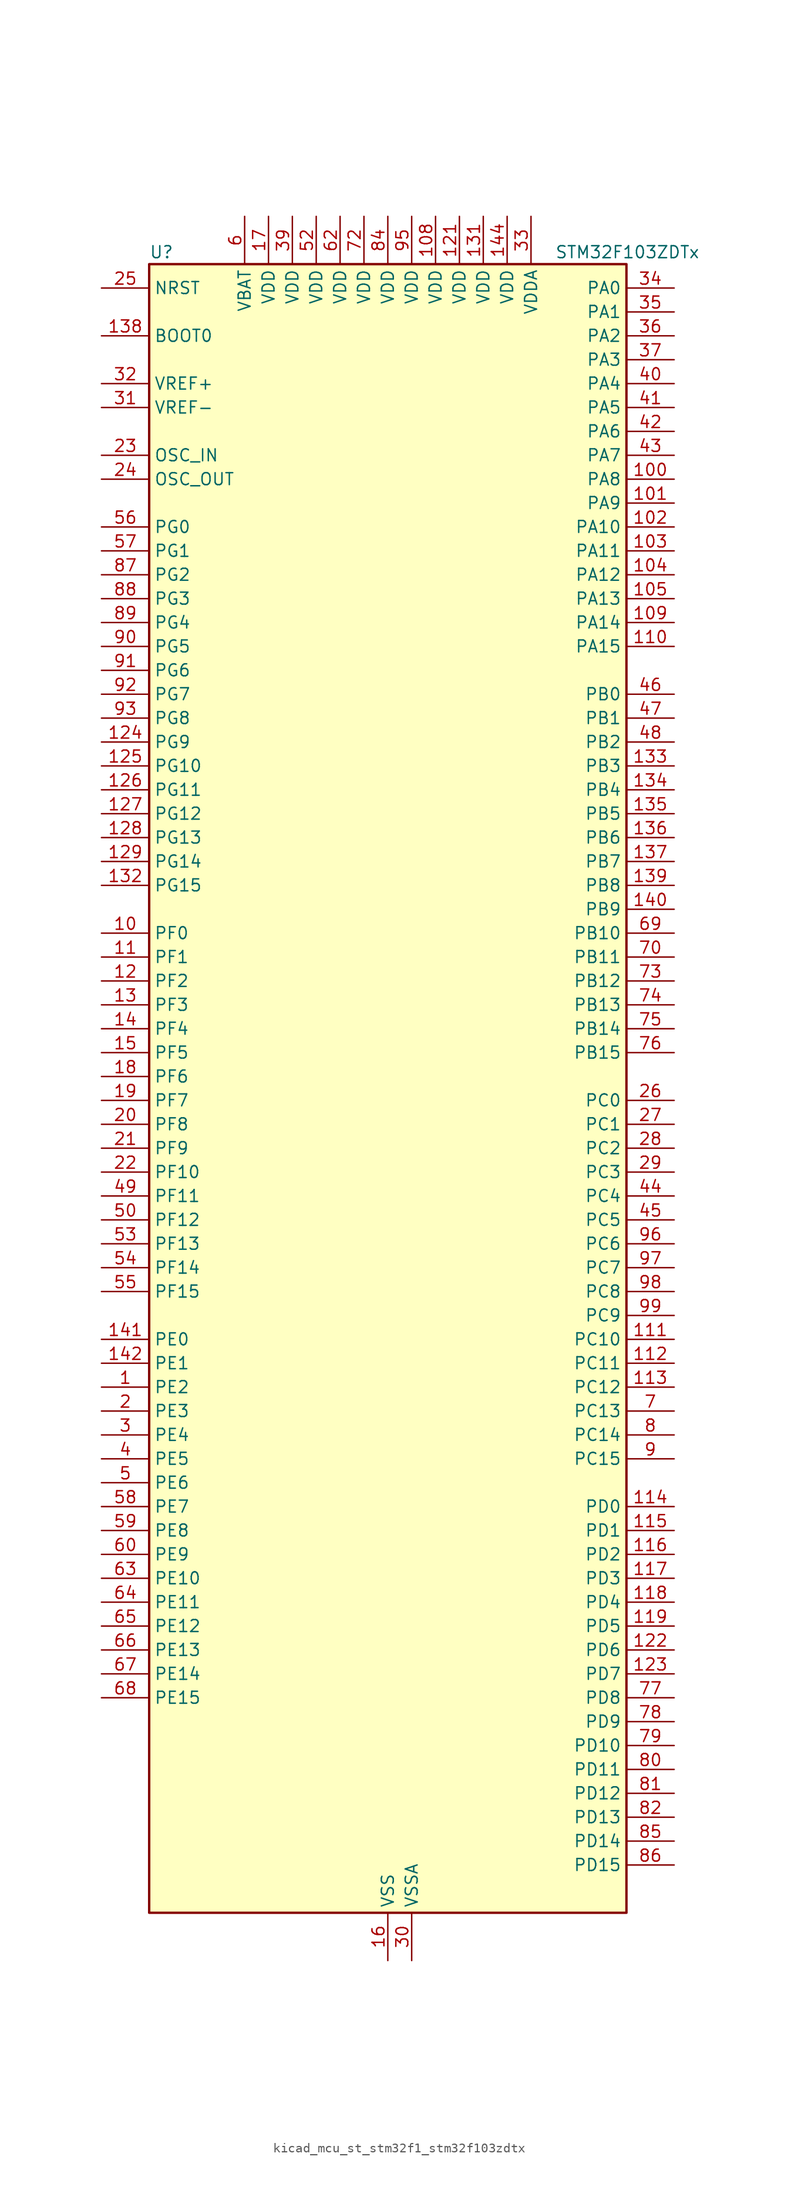
<source format=kicad_sym>
(kicad_symbol_lib
  (version 20220914)
  (generator kicad_symbol_editor)
  (symbol "kicad_mcu_st_stm32f1_stm32f103zdtx"
    (property "Reference" "U"
      (at -25.4 90.17 0)
      (effects (font (size 1.27 1.27)) (justify left)))
    (property "Value" "STM32F103ZDTx"
      (at 17.78 90.17 0)
      (effects (font (size 1.27 1.27)) (justify left)))
    (property "ki_locked" ""
      (at 0 0 0)
      (effects (font (size 1.27 1.27))))
    (symbol "kicad_mcu_st_stm32f1_stm32f103zdtx_0_1"
      (rectangle (start -25.4 -86.36) (end 25.4 88.9) (stroke (width 0.254) (type default)) (fill (type background))))
    (symbol "kicad_mcu_st_stm32f1_stm32f103zdtx_1_1"
      (pin bidirectional line (at -30.48 -30.48 0) (length 5.08) (name "PE2" (effects (font (size 1.27 1.27)))) (number "1" (effects (font (size 1.27 1.27)))) (alternate "FSMC_A23" bidirectional line) (alternate "SYS_TRACECLK" bidirectional line))
      (pin bidirectional line (at -30.48 17.78 0) (length 5.08) (name "PF0" (effects (font (size 1.27 1.27)))) (number "10" (effects (font (size 1.27 1.27)))) (alternate "FSMC_A0" bidirectional line))
      (pin bidirectional line (at 30.48 66.04 180) (length 5.08) (name "PA8" (effects (font (size 1.27 1.27)))) (number "100" (effects (font (size 1.27 1.27)))) (alternate "RCC_MCO" bidirectional line) (alternate "TIM1_CH1" bidirectional line) (alternate "USART1_CK" bidirectional line))
      (pin bidirectional line (at 30.48 63.5 180) (length 5.08) (name "PA9" (effects (font (size 1.27 1.27)))) (number "101" (effects (font (size 1.27 1.27)))) (alternate "DAC_EXTI9" bidirectional line) (alternate "TIM1_CH2" bidirectional line) (alternate "USART1_TX" bidirectional line))
      (pin bidirectional line (at 30.48 60.96 180) (length 5.08) (name "PA10" (effects (font (size 1.27 1.27)))) (number "102" (effects (font (size 1.27 1.27)))) (alternate "TIM1_CH3" bidirectional line) (alternate "USART1_RX" bidirectional line))
      (pin bidirectional line (at 30.48 58.42 180) (length 5.08) (name "PA11" (effects (font (size 1.27 1.27)))) (number "103" (effects (font (size 1.27 1.27)))) (alternate "ADC1_EXTI11" bidirectional line) (alternate "ADC2_EXTI11" bidirectional line) (alternate "CAN_RX" bidirectional line) (alternate "TIM1_CH4" bidirectional line) (alternate "USART1_CTS" bidirectional line) (alternate "USB_DM" bidirectional line))
      (pin bidirectional line (at 30.48 55.88 180) (length 5.08) (name "PA12" (effects (font (size 1.27 1.27)))) (number "104" (effects (font (size 1.27 1.27)))) (alternate "CAN_TX" bidirectional line) (alternate "TIM1_ETR" bidirectional line) (alternate "USART1_RTS" bidirectional line) (alternate "USB_DP" bidirectional line))
      (pin bidirectional line (at 30.48 53.34 180) (length 5.08) (name "PA13" (effects (font (size 1.27 1.27)))) (number "105" (effects (font (size 1.27 1.27)))) (alternate "SYS_JTMS-SWDIO" bidirectional line))
      (pin no_connect line (at -25.4 -86.36 0) (length 5.08) hide (name "NC" (effects (font (size 1.27 1.27)))) (number "106" (effects (font (size 1.27 1.27)))))
      (pin passive line (at 0 -91.44 90) (length 5.08) hide (name "VSS" (effects (font (size 1.27 1.27)))) (number "107" (effects (font (size 1.27 1.27)))))
      (pin power_in line (at 5.08 93.98 270) (length 5.08) (name "VDD" (effects (font (size 1.27 1.27)))) (number "108" (effects (font (size 1.27 1.27)))))
      (pin bidirectional line (at 30.48 50.8 180) (length 5.08) (name "PA14" (effects (font (size 1.27 1.27)))) (number "109" (effects (font (size 1.27 1.27)))) (alternate "SYS_JTCK-SWCLK" bidirectional line))
      (pin bidirectional line (at -30.48 15.24 0) (length 5.08) (name "PF1" (effects (font (size 1.27 1.27)))) (number "11" (effects (font (size 1.27 1.27)))) (alternate "FSMC_A1" bidirectional line))
      (pin bidirectional line (at 30.48 48.26 180) (length 5.08) (name "PA15" (effects (font (size 1.27 1.27)))) (number "110" (effects (font (size 1.27 1.27)))) (alternate "ADC1_EXTI15" bidirectional line) (alternate "ADC2_EXTI15" bidirectional line) (alternate "I2S3_WS" bidirectional line) (alternate "SPI1_NSS" bidirectional line) (alternate "SPI3_NSS" bidirectional line) (alternate "SYS_JTDI" bidirectional line) (alternate "TIM2_CH1" bidirectional line) (alternate "TIM2_ETR" bidirectional line))
      (pin bidirectional line (at 30.48 -25.4 180) (length 5.08) (name "PC10" (effects (font (size 1.27 1.27)))) (number "111" (effects (font (size 1.27 1.27)))) (alternate "SDIO_D2" bidirectional line) (alternate "UART4_TX" bidirectional line) (alternate "USART3_TX" bidirectional line))
      (pin bidirectional line (at 30.48 -27.94 180) (length 5.08) (name "PC11" (effects (font (size 1.27 1.27)))) (number "112" (effects (font (size 1.27 1.27)))) (alternate "ADC1_EXTI11" bidirectional line) (alternate "ADC2_EXTI11" bidirectional line) (alternate "SDIO_D3" bidirectional line) (alternate "UART4_RX" bidirectional line) (alternate "USART3_RX" bidirectional line))
      (pin bidirectional line (at 30.48 -30.48 180) (length 5.08) (name "PC12" (effects (font (size 1.27 1.27)))) (number "113" (effects (font (size 1.27 1.27)))) (alternate "SDIO_CK" bidirectional line) (alternate "UART5_TX" bidirectional line) (alternate "USART3_CK" bidirectional line))
      (pin bidirectional line (at 30.48 -43.18 180) (length 5.08) (name "PD0" (effects (font (size 1.27 1.27)))) (number "114" (effects (font (size 1.27 1.27)))) (alternate "CAN_RX" bidirectional line) (alternate "FSMC_D2" bidirectional line) (alternate "FSMC_DA2" bidirectional line))
      (pin bidirectional line (at 30.48 -45.72 180) (length 5.08) (name "PD1" (effects (font (size 1.27 1.27)))) (number "115" (effects (font (size 1.27 1.27)))) (alternate "CAN_TX" bidirectional line) (alternate "FSMC_D3" bidirectional line) (alternate "FSMC_DA3" bidirectional line))
      (pin bidirectional line (at 30.48 -48.26 180) (length 5.08) (name "PD2" (effects (font (size 1.27 1.27)))) (number "116" (effects (font (size 1.27 1.27)))) (alternate "SDIO_CMD" bidirectional line) (alternate "TIM3_ETR" bidirectional line) (alternate "UART5_RX" bidirectional line))
      (pin bidirectional line (at 30.48 -50.8 180) (length 5.08) (name "PD3" (effects (font (size 1.27 1.27)))) (number "117" (effects (font (size 1.27 1.27)))) (alternate "FSMC_CLK" bidirectional line) (alternate "USART2_CTS" bidirectional line))
      (pin bidirectional line (at 30.48 -53.34 180) (length 5.08) (name "PD4" (effects (font (size 1.27 1.27)))) (number "118" (effects (font (size 1.27 1.27)))) (alternate "FSMC_NOE" bidirectional line) (alternate "USART2_RTS" bidirectional line))
      (pin bidirectional line (at 30.48 -55.88 180) (length 5.08) (name "PD5" (effects (font (size 1.27 1.27)))) (number "119" (effects (font (size 1.27 1.27)))) (alternate "FSMC_NWE" bidirectional line) (alternate "USART2_TX" bidirectional line))
      (pin bidirectional line (at -30.48 12.7 0) (length 5.08) (name "PF2" (effects (font (size 1.27 1.27)))) (number "12" (effects (font (size 1.27 1.27)))) (alternate "FSMC_A2" bidirectional line))
      (pin passive line (at 0 -91.44 90) (length 5.08) hide (name "VSS" (effects (font (size 1.27 1.27)))) (number "120" (effects (font (size 1.27 1.27)))))
      (pin power_in line (at 7.62 93.98 270) (length 5.08) (name "VDD" (effects (font (size 1.27 1.27)))) (number "121" (effects (font (size 1.27 1.27)))))
      (pin bidirectional line (at 30.48 -58.42 180) (length 5.08) (name "PD6" (effects (font (size 1.27 1.27)))) (number "122" (effects (font (size 1.27 1.27)))) (alternate "FSMC_NWAIT" bidirectional line) (alternate "USART2_RX" bidirectional line))
      (pin bidirectional line (at 30.48 -60.96 180) (length 5.08) (name "PD7" (effects (font (size 1.27 1.27)))) (number "123" (effects (font (size 1.27 1.27)))) (alternate "FSMC_NCE2" bidirectional line) (alternate "FSMC_NE1" bidirectional line) (alternate "USART2_CK" bidirectional line))
      (pin bidirectional line (at -30.48 38.1 0) (length 5.08) (name "PG9" (effects (font (size 1.27 1.27)))) (number "124" (effects (font (size 1.27 1.27)))) (alternate "DAC_EXTI9" bidirectional line) (alternate "FSMC_NCE3" bidirectional line) (alternate "FSMC_NE2" bidirectional line))
      (pin bidirectional line (at -30.48 35.56 0) (length 5.08) (name "PG10" (effects (font (size 1.27 1.27)))) (number "125" (effects (font (size 1.27 1.27)))) (alternate "FSMC_NCE4_1" bidirectional line) (alternate "FSMC_NE3" bidirectional line))
      (pin bidirectional line (at -30.48 33.02 0) (length 5.08) (name "PG11" (effects (font (size 1.27 1.27)))) (number "126" (effects (font (size 1.27 1.27)))) (alternate "ADC1_EXTI11" bidirectional line) (alternate "ADC2_EXTI11" bidirectional line) (alternate "FSMC_NCE4_2" bidirectional line))
      (pin bidirectional line (at -30.48 30.48 0) (length 5.08) (name "PG12" (effects (font (size 1.27 1.27)))) (number "127" (effects (font (size 1.27 1.27)))) (alternate "FSMC_NE4" bidirectional line))
      (pin bidirectional line (at -30.48 27.94 0) (length 5.08) (name "PG13" (effects (font (size 1.27 1.27)))) (number "128" (effects (font (size 1.27 1.27)))) (alternate "FSMC_A24" bidirectional line))
      (pin bidirectional line (at -30.48 25.4 0) (length 5.08) (name "PG14" (effects (font (size 1.27 1.27)))) (number "129" (effects (font (size 1.27 1.27)))) (alternate "FSMC_A25" bidirectional line))
      (pin bidirectional line (at -30.48 10.16 0) (length 5.08) (name "PF3" (effects (font (size 1.27 1.27)))) (number "13" (effects (font (size 1.27 1.27)))) (alternate "FSMC_A3" bidirectional line))
      (pin passive line (at 0 -91.44 90) (length 5.08) hide (name "VSS" (effects (font (size 1.27 1.27)))) (number "130" (effects (font (size 1.27 1.27)))))
      (pin power_in line (at 10.16 93.98 270) (length 5.08) (name "VDD" (effects (font (size 1.27 1.27)))) (number "131" (effects (font (size 1.27 1.27)))))
      (pin bidirectional line (at -30.48 22.86 0) (length 5.08) (name "PG15" (effects (font (size 1.27 1.27)))) (number "132" (effects (font (size 1.27 1.27)))) (alternate "ADC1_EXTI15" bidirectional line) (alternate "ADC2_EXTI15" bidirectional line))
      (pin bidirectional line (at 30.48 35.56 180) (length 5.08) (name "PB3" (effects (font (size 1.27 1.27)))) (number "133" (effects (font (size 1.27 1.27)))) (alternate "I2S3_CK" bidirectional line) (alternate "SPI1_SCK" bidirectional line) (alternate "SPI3_SCK" bidirectional line) (alternate "SYS_JTDO-TRACESWO" bidirectional line) (alternate "TIM2_CH2" bidirectional line))
      (pin bidirectional line (at 30.48 33.02 180) (length 5.08) (name "PB4" (effects (font (size 1.27 1.27)))) (number "134" (effects (font (size 1.27 1.27)))) (alternate "SPI1_MISO" bidirectional line) (alternate "SPI3_MISO" bidirectional line) (alternate "SYS_NJTRST" bidirectional line) (alternate "TIM3_CH1" bidirectional line))
      (pin bidirectional line (at 30.48 30.48 180) (length 5.08) (name "PB5" (effects (font (size 1.27 1.27)))) (number "135" (effects (font (size 1.27 1.27)))) (alternate "I2C1_SMBA" bidirectional line) (alternate "I2S3_SD" bidirectional line) (alternate "SPI1_MOSI" bidirectional line) (alternate "SPI3_MOSI" bidirectional line) (alternate "TIM3_CH2" bidirectional line))
      (pin bidirectional line (at 30.48 27.94 180) (length 5.08) (name "PB6" (effects (font (size 1.27 1.27)))) (number "136" (effects (font (size 1.27 1.27)))) (alternate "I2C1_SCL" bidirectional line) (alternate "TIM4_CH1" bidirectional line) (alternate "USART1_TX" bidirectional line))
      (pin bidirectional line (at 30.48 25.4 180) (length 5.08) (name "PB7" (effects (font (size 1.27 1.27)))) (number "137" (effects (font (size 1.27 1.27)))) (alternate "FSMC_NL" bidirectional line) (alternate "I2C1_SDA" bidirectional line) (alternate "TIM4_CH2" bidirectional line) (alternate "USART1_RX" bidirectional line))
      (pin input line (at -30.48 81.28 0) (length 5.08) (name "BOOT0" (effects (font (size 1.27 1.27)))) (number "138" (effects (font (size 1.27 1.27)))))
      (pin bidirectional line (at 30.48 22.86 180) (length 5.08) (name "PB8" (effects (font (size 1.27 1.27)))) (number "139" (effects (font (size 1.27 1.27)))) (alternate "CAN_RX" bidirectional line) (alternate "I2C1_SCL" bidirectional line) (alternate "SDIO_D4" bidirectional line) (alternate "TIM4_CH3" bidirectional line))
      (pin bidirectional line (at -30.48 7.62 0) (length 5.08) (name "PF4" (effects (font (size 1.27 1.27)))) (number "14" (effects (font (size 1.27 1.27)))) (alternate "FSMC_A4" bidirectional line))
      (pin bidirectional line (at 30.48 20.32 180) (length 5.08) (name "PB9" (effects (font (size 1.27 1.27)))) (number "140" (effects (font (size 1.27 1.27)))) (alternate "CAN_TX" bidirectional line) (alternate "DAC_EXTI9" bidirectional line) (alternate "I2C1_SDA" bidirectional line) (alternate "SDIO_D5" bidirectional line) (alternate "TIM4_CH4" bidirectional line))
      (pin bidirectional line (at -30.48 -25.4 0) (length 5.08) (name "PE0" (effects (font (size 1.27 1.27)))) (number "141" (effects (font (size 1.27 1.27)))) (alternate "FSMC_NBL0" bidirectional line) (alternate "TIM4_ETR" bidirectional line))
      (pin bidirectional line (at -30.48 -27.94 0) (length 5.08) (name "PE1" (effects (font (size 1.27 1.27)))) (number "142" (effects (font (size 1.27 1.27)))) (alternate "FSMC_NBL1" bidirectional line))
      (pin passive line (at 0 -91.44 90) (length 5.08) hide (name "VSS" (effects (font (size 1.27 1.27)))) (number "143" (effects (font (size 1.27 1.27)))))
      (pin power_in line (at 12.7 93.98 270) (length 5.08) (name "VDD" (effects (font (size 1.27 1.27)))) (number "144" (effects (font (size 1.27 1.27)))))
      (pin bidirectional line (at -30.48 5.08 0) (length 5.08) (name "PF5" (effects (font (size 1.27 1.27)))) (number "15" (effects (font (size 1.27 1.27)))) (alternate "FSMC_A5" bidirectional line))
      (pin power_in line (at 0 -91.44 90) (length 5.08) (name "VSS" (effects (font (size 1.27 1.27)))) (number "16" (effects (font (size 1.27 1.27)))))
      (pin power_in line (at -12.7 93.98 270) (length 5.08) (name "VDD" (effects (font (size 1.27 1.27)))) (number "17" (effects (font (size 1.27 1.27)))))
      (pin bidirectional line (at -30.48 2.54 0) (length 5.08) (name "PF6" (effects (font (size 1.27 1.27)))) (number "18" (effects (font (size 1.27 1.27)))) (alternate "ADC3_IN4" bidirectional line) (alternate "FSMC_NIORD" bidirectional line))
      (pin bidirectional line (at -30.48 0 0) (length 5.08) (name "PF7" (effects (font (size 1.27 1.27)))) (number "19" (effects (font (size 1.27 1.27)))) (alternate "ADC3_IN5" bidirectional line) (alternate "FSMC_NREG" bidirectional line))
      (pin bidirectional line (at -30.48 -33.02 0) (length 5.08) (name "PE3" (effects (font (size 1.27 1.27)))) (number "2" (effects (font (size 1.27 1.27)))) (alternate "FSMC_A19" bidirectional line) (alternate "SYS_TRACED0" bidirectional line))
      (pin bidirectional line (at -30.48 -2.54 0) (length 5.08) (name "PF8" (effects (font (size 1.27 1.27)))) (number "20" (effects (font (size 1.27 1.27)))) (alternate "ADC3_IN6" bidirectional line) (alternate "FSMC_NIOWR" bidirectional line))
      (pin bidirectional line (at -30.48 -5.08 0) (length 5.08) (name "PF9" (effects (font (size 1.27 1.27)))) (number "21" (effects (font (size 1.27 1.27)))) (alternate "ADC3_IN7" bidirectional line) (alternate "DAC_EXTI9" bidirectional line) (alternate "FSMC_CD" bidirectional line))
      (pin bidirectional line (at -30.48 -7.62 0) (length 5.08) (name "PF10" (effects (font (size 1.27 1.27)))) (number "22" (effects (font (size 1.27 1.27)))) (alternate "ADC3_IN8" bidirectional line) (alternate "FSMC_INTR" bidirectional line))
      (pin input line (at -30.48 68.58 0) (length 5.08) (name "OSC_IN" (effects (font (size 1.27 1.27)))) (number "23" (effects (font (size 1.27 1.27)))) (alternate "RCC_OSC_IN" bidirectional line))
      (pin input line (at -30.48 66.04 0) (length 5.08) (name "OSC_OUT" (effects (font (size 1.27 1.27)))) (number "24" (effects (font (size 1.27 1.27)))) (alternate "RCC_OSC_OUT" bidirectional line))
      (pin input line (at -30.48 86.36 0) (length 5.08) (name "NRST" (effects (font (size 1.27 1.27)))) (number "25" (effects (font (size 1.27 1.27)))))
      (pin bidirectional line (at 30.48 0 180) (length 5.08) (name "PC0" (effects (font (size 1.27 1.27)))) (number "26" (effects (font (size 1.27 1.27)))) (alternate "ADC1_IN10" bidirectional line) (alternate "ADC2_IN10" bidirectional line) (alternate "ADC3_IN10" bidirectional line))
      (pin bidirectional line (at 30.48 -2.54 180) (length 5.08) (name "PC1" (effects (font (size 1.27 1.27)))) (number "27" (effects (font (size 1.27 1.27)))) (alternate "ADC1_IN11" bidirectional line) (alternate "ADC2_IN11" bidirectional line) (alternate "ADC3_IN11" bidirectional line))
      (pin bidirectional line (at 30.48 -5.08 180) (length 5.08) (name "PC2" (effects (font (size 1.27 1.27)))) (number "28" (effects (font (size 1.27 1.27)))) (alternate "ADC1_IN12" bidirectional line) (alternate "ADC2_IN12" bidirectional line) (alternate "ADC3_IN12" bidirectional line))
      (pin bidirectional line (at 30.48 -7.62 180) (length 5.08) (name "PC3" (effects (font (size 1.27 1.27)))) (number "29" (effects (font (size 1.27 1.27)))) (alternate "ADC1_IN13" bidirectional line) (alternate "ADC2_IN13" bidirectional line) (alternate "ADC3_IN13" bidirectional line))
      (pin bidirectional line (at -30.48 -35.56 0) (length 5.08) (name "PE4" (effects (font (size 1.27 1.27)))) (number "3" (effects (font (size 1.27 1.27)))) (alternate "FSMC_A20" bidirectional line) (alternate "SYS_TRACED1" bidirectional line))
      (pin power_in line (at 2.54 -91.44 90) (length 5.08) (name "VSSA" (effects (font (size 1.27 1.27)))) (number "30" (effects (font (size 1.27 1.27)))))
      (pin input line (at -30.48 73.66 0) (length 5.08) (name "VREF-" (effects (font (size 1.27 1.27)))) (number "31" (effects (font (size 1.27 1.27)))))
      (pin input line (at -30.48 76.2 0) (length 5.08) (name "VREF+" (effects (font (size 1.27 1.27)))) (number "32" (effects (font (size 1.27 1.27)))))
      (pin power_in line (at 15.24 93.98 270) (length 5.08) (name "VDDA" (effects (font (size 1.27 1.27)))) (number "33" (effects (font (size 1.27 1.27)))))
      (pin bidirectional line (at 30.48 86.36 180) (length 5.08) (name "PA0" (effects (font (size 1.27 1.27)))) (number "34" (effects (font (size 1.27 1.27)))) (alternate "ADC1_IN0" bidirectional line) (alternate "ADC2_IN0" bidirectional line) (alternate "ADC3_IN0" bidirectional line) (alternate "SYS_WKUP" bidirectional line) (alternate "TIM2_CH1" bidirectional line) (alternate "TIM2_ETR" bidirectional line) (alternate "TIM5_CH1" bidirectional line) (alternate "TIM8_ETR" bidirectional line) (alternate "USART2_CTS" bidirectional line))
      (pin bidirectional line (at 30.48 83.82 180) (length 5.08) (name "PA1" (effects (font (size 1.27 1.27)))) (number "35" (effects (font (size 1.27 1.27)))) (alternate "ADC1_IN1" bidirectional line) (alternate "ADC2_IN1" bidirectional line) (alternate "ADC3_IN1" bidirectional line) (alternate "TIM2_CH2" bidirectional line) (alternate "TIM5_CH2" bidirectional line) (alternate "USART2_RTS" bidirectional line))
      (pin bidirectional line (at 30.48 81.28 180) (length 5.08) (name "PA2" (effects (font (size 1.27 1.27)))) (number "36" (effects (font (size 1.27 1.27)))) (alternate "ADC1_IN2" bidirectional line) (alternate "ADC2_IN2" bidirectional line) (alternate "ADC3_IN2" bidirectional line) (alternate "TIM2_CH3" bidirectional line) (alternate "TIM5_CH3" bidirectional line) (alternate "USART2_TX" bidirectional line))
      (pin bidirectional line (at 30.48 78.74 180) (length 5.08) (name "PA3" (effects (font (size 1.27 1.27)))) (number "37" (effects (font (size 1.27 1.27)))) (alternate "ADC1_IN3" bidirectional line) (alternate "ADC2_IN3" bidirectional line) (alternate "ADC3_IN3" bidirectional line) (alternate "TIM2_CH4" bidirectional line) (alternate "TIM5_CH4" bidirectional line) (alternate "USART2_RX" bidirectional line))
      (pin passive line (at 0 -91.44 90) (length 5.08) hide (name "VSS" (effects (font (size 1.27 1.27)))) (number "38" (effects (font (size 1.27 1.27)))))
      (pin power_in line (at -10.16 93.98 270) (length 5.08) (name "VDD" (effects (font (size 1.27 1.27)))) (number "39" (effects (font (size 1.27 1.27)))))
      (pin bidirectional line (at -30.48 -38.1 0) (length 5.08) (name "PE5" (effects (font (size 1.27 1.27)))) (number "4" (effects (font (size 1.27 1.27)))) (alternate "FSMC_A21" bidirectional line) (alternate "SYS_TRACED2" bidirectional line))
      (pin bidirectional line (at 30.48 76.2 180) (length 5.08) (name "PA4" (effects (font (size 1.27 1.27)))) (number "40" (effects (font (size 1.27 1.27)))) (alternate "ADC1_IN4" bidirectional line) (alternate "ADC2_IN4" bidirectional line) (alternate "DAC_OUT1" bidirectional line) (alternate "SPI1_NSS" bidirectional line) (alternate "USART2_CK" bidirectional line))
      (pin bidirectional line (at 30.48 73.66 180) (length 5.08) (name "PA5" (effects (font (size 1.27 1.27)))) (number "41" (effects (font (size 1.27 1.27)))) (alternate "ADC1_IN5" bidirectional line) (alternate "ADC2_IN5" bidirectional line) (alternate "DAC_OUT2" bidirectional line) (alternate "SPI1_SCK" bidirectional line))
      (pin bidirectional line (at 30.48 71.12 180) (length 5.08) (name "PA6" (effects (font (size 1.27 1.27)))) (number "42" (effects (font (size 1.27 1.27)))) (alternate "ADC1_IN6" bidirectional line) (alternate "ADC2_IN6" bidirectional line) (alternate "SPI1_MISO" bidirectional line) (alternate "TIM1_BKIN" bidirectional line) (alternate "TIM3_CH1" bidirectional line) (alternate "TIM8_BKIN" bidirectional line))
      (pin bidirectional line (at 30.48 68.58 180) (length 5.08) (name "PA7" (effects (font (size 1.27 1.27)))) (number "43" (effects (font (size 1.27 1.27)))) (alternate "ADC1_IN7" bidirectional line) (alternate "ADC2_IN7" bidirectional line) (alternate "SPI1_MOSI" bidirectional line) (alternate "TIM1_CH1N" bidirectional line) (alternate "TIM3_CH2" bidirectional line) (alternate "TIM8_CH1N" bidirectional line))
      (pin bidirectional line (at 30.48 -10.16 180) (length 5.08) (name "PC4" (effects (font (size 1.27 1.27)))) (number "44" (effects (font (size 1.27 1.27)))) (alternate "ADC1_IN14" bidirectional line) (alternate "ADC2_IN14" bidirectional line))
      (pin bidirectional line (at 30.48 -12.7 180) (length 5.08) (name "PC5" (effects (font (size 1.27 1.27)))) (number "45" (effects (font (size 1.27 1.27)))) (alternate "ADC1_IN15" bidirectional line) (alternate "ADC2_IN15" bidirectional line))
      (pin bidirectional line (at 30.48 43.18 180) (length 5.08) (name "PB0" (effects (font (size 1.27 1.27)))) (number "46" (effects (font (size 1.27 1.27)))) (alternate "ADC1_IN8" bidirectional line) (alternate "ADC2_IN8" bidirectional line) (alternate "TIM1_CH2N" bidirectional line) (alternate "TIM3_CH3" bidirectional line) (alternate "TIM8_CH2N" bidirectional line))
      (pin bidirectional line (at 30.48 40.64 180) (length 5.08) (name "PB1" (effects (font (size 1.27 1.27)))) (number "47" (effects (font (size 1.27 1.27)))) (alternate "ADC1_IN9" bidirectional line) (alternate "ADC2_IN9" bidirectional line) (alternate "TIM1_CH3N" bidirectional line) (alternate "TIM3_CH4" bidirectional line) (alternate "TIM8_CH3N" bidirectional line))
      (pin bidirectional line (at 30.48 38.1 180) (length 5.08) (name "PB2" (effects (font (size 1.27 1.27)))) (number "48" (effects (font (size 1.27 1.27)))))
      (pin bidirectional line (at -30.48 -10.16 0) (length 5.08) (name "PF11" (effects (font (size 1.27 1.27)))) (number "49" (effects (font (size 1.27 1.27)))) (alternate "ADC1_EXTI11" bidirectional line) (alternate "ADC2_EXTI11" bidirectional line) (alternate "FSMC_NIOS16" bidirectional line))
      (pin bidirectional line (at -30.48 -40.64 0) (length 5.08) (name "PE6" (effects (font (size 1.27 1.27)))) (number "5" (effects (font (size 1.27 1.27)))) (alternate "FSMC_A22" bidirectional line) (alternate "SYS_TRACED3" bidirectional line))
      (pin bidirectional line (at -30.48 -12.7 0) (length 5.08) (name "PF12" (effects (font (size 1.27 1.27)))) (number "50" (effects (font (size 1.27 1.27)))) (alternate "FSMC_A6" bidirectional line))
      (pin passive line (at 0 -91.44 90) (length 5.08) hide (name "VSS" (effects (font (size 1.27 1.27)))) (number "51" (effects (font (size 1.27 1.27)))))
      (pin power_in line (at -7.62 93.98 270) (length 5.08) (name "VDD" (effects (font (size 1.27 1.27)))) (number "52" (effects (font (size 1.27 1.27)))))
      (pin bidirectional line (at -30.48 -15.24 0) (length 5.08) (name "PF13" (effects (font (size 1.27 1.27)))) (number "53" (effects (font (size 1.27 1.27)))) (alternate "FSMC_A7" bidirectional line))
      (pin bidirectional line (at -30.48 -17.78 0) (length 5.08) (name "PF14" (effects (font (size 1.27 1.27)))) (number "54" (effects (font (size 1.27 1.27)))) (alternate "FSMC_A8" bidirectional line))
      (pin bidirectional line (at -30.48 -20.32 0) (length 5.08) (name "PF15" (effects (font (size 1.27 1.27)))) (number "55" (effects (font (size 1.27 1.27)))) (alternate "ADC1_EXTI15" bidirectional line) (alternate "ADC2_EXTI15" bidirectional line) (alternate "FSMC_A9" bidirectional line))
      (pin bidirectional line (at -30.48 60.96 0) (length 5.08) (name "PG0" (effects (font (size 1.27 1.27)))) (number "56" (effects (font (size 1.27 1.27)))) (alternate "FSMC_A10" bidirectional line))
      (pin bidirectional line (at -30.48 58.42 0) (length 5.08) (name "PG1" (effects (font (size 1.27 1.27)))) (number "57" (effects (font (size 1.27 1.27)))) (alternate "FSMC_A11" bidirectional line))
      (pin bidirectional line (at -30.48 -43.18 0) (length 5.08) (name "PE7" (effects (font (size 1.27 1.27)))) (number "58" (effects (font (size 1.27 1.27)))) (alternate "FSMC_D4" bidirectional line) (alternate "FSMC_DA4" bidirectional line) (alternate "TIM1_ETR" bidirectional line))
      (pin bidirectional line (at -30.48 -45.72 0) (length 5.08) (name "PE8" (effects (font (size 1.27 1.27)))) (number "59" (effects (font (size 1.27 1.27)))) (alternate "FSMC_D5" bidirectional line) (alternate "FSMC_DA5" bidirectional line) (alternate "TIM1_CH1N" bidirectional line))
      (pin power_in line (at -15.24 93.98 270) (length 5.08) (name "VBAT" (effects (font (size 1.27 1.27)))) (number "6" (effects (font (size 1.27 1.27)))))
      (pin bidirectional line (at -30.48 -48.26 0) (length 5.08) (name "PE9" (effects (font (size 1.27 1.27)))) (number "60" (effects (font (size 1.27 1.27)))) (alternate "DAC_EXTI9" bidirectional line) (alternate "FSMC_D6" bidirectional line) (alternate "FSMC_DA6" bidirectional line) (alternate "TIM1_CH1" bidirectional line))
      (pin passive line (at 0 -91.44 90) (length 5.08) hide (name "VSS" (effects (font (size 1.27 1.27)))) (number "61" (effects (font (size 1.27 1.27)))))
      (pin power_in line (at -5.08 93.98 270) (length 5.08) (name "VDD" (effects (font (size 1.27 1.27)))) (number "62" (effects (font (size 1.27 1.27)))))
      (pin bidirectional line (at -30.48 -50.8 0) (length 5.08) (name "PE10" (effects (font (size 1.27 1.27)))) (number "63" (effects (font (size 1.27 1.27)))) (alternate "FSMC_D7" bidirectional line) (alternate "FSMC_DA7" bidirectional line) (alternate "TIM1_CH2N" bidirectional line))
      (pin bidirectional line (at -30.48 -53.34 0) (length 5.08) (name "PE11" (effects (font (size 1.27 1.27)))) (number "64" (effects (font (size 1.27 1.27)))) (alternate "ADC1_EXTI11" bidirectional line) (alternate "ADC2_EXTI11" bidirectional line) (alternate "FSMC_D8" bidirectional line) (alternate "FSMC_DA8" bidirectional line) (alternate "TIM1_CH2" bidirectional line))
      (pin bidirectional line (at -30.48 -55.88 0) (length 5.08) (name "PE12" (effects (font (size 1.27 1.27)))) (number "65" (effects (font (size 1.27 1.27)))) (alternate "FSMC_D9" bidirectional line) (alternate "FSMC_DA9" bidirectional line) (alternate "TIM1_CH3N" bidirectional line))
      (pin bidirectional line (at -30.48 -58.42 0) (length 5.08) (name "PE13" (effects (font (size 1.27 1.27)))) (number "66" (effects (font (size 1.27 1.27)))) (alternate "FSMC_D10" bidirectional line) (alternate "FSMC_DA10" bidirectional line) (alternate "TIM1_CH3" bidirectional line))
      (pin bidirectional line (at -30.48 -60.96 0) (length 5.08) (name "PE14" (effects (font (size 1.27 1.27)))) (number "67" (effects (font (size 1.27 1.27)))) (alternate "FSMC_D11" bidirectional line) (alternate "FSMC_DA11" bidirectional line) (alternate "TIM1_CH4" bidirectional line))
      (pin bidirectional line (at -30.48 -63.5 0) (length 5.08) (name "PE15" (effects (font (size 1.27 1.27)))) (number "68" (effects (font (size 1.27 1.27)))) (alternate "ADC1_EXTI15" bidirectional line) (alternate "ADC2_EXTI15" bidirectional line) (alternate "FSMC_D12" bidirectional line) (alternate "FSMC_DA12" bidirectional line) (alternate "TIM1_BKIN" bidirectional line))
      (pin bidirectional line (at 30.48 17.78 180) (length 5.08) (name "PB10" (effects (font (size 1.27 1.27)))) (number "69" (effects (font (size 1.27 1.27)))) (alternate "I2C2_SCL" bidirectional line) (alternate "TIM2_CH3" bidirectional line) (alternate "USART3_TX" bidirectional line))
      (pin bidirectional line (at 30.48 -33.02 180) (length 5.08) (name "PC13" (effects (font (size 1.27 1.27)))) (number "7" (effects (font (size 1.27 1.27)))) (alternate "RTC_OUT" bidirectional line) (alternate "RTC_TAMPER" bidirectional line))
      (pin bidirectional line (at 30.48 15.24 180) (length 5.08) (name "PB11" (effects (font (size 1.27 1.27)))) (number "70" (effects (font (size 1.27 1.27)))) (alternate "ADC1_EXTI11" bidirectional line) (alternate "ADC2_EXTI11" bidirectional line) (alternate "I2C2_SDA" bidirectional line) (alternate "TIM2_CH4" bidirectional line) (alternate "USART3_RX" bidirectional line))
      (pin passive line (at 0 -91.44 90) (length 5.08) hide (name "VSS" (effects (font (size 1.27 1.27)))) (number "71" (effects (font (size 1.27 1.27)))))
      (pin power_in line (at -2.54 93.98 270) (length 5.08) (name "VDD" (effects (font (size 1.27 1.27)))) (number "72" (effects (font (size 1.27 1.27)))))
      (pin bidirectional line (at 30.48 12.7 180) (length 5.08) (name "PB12" (effects (font (size 1.27 1.27)))) (number "73" (effects (font (size 1.27 1.27)))) (alternate "I2C2_SMBA" bidirectional line) (alternate "I2S2_WS" bidirectional line) (alternate "SPI2_NSS" bidirectional line) (alternate "TIM1_BKIN" bidirectional line) (alternate "USART3_CK" bidirectional line))
      (pin bidirectional line (at 30.48 10.16 180) (length 5.08) (name "PB13" (effects (font (size 1.27 1.27)))) (number "74" (effects (font (size 1.27 1.27)))) (alternate "I2S2_CK" bidirectional line) (alternate "SPI2_SCK" bidirectional line) (alternate "TIM1_CH1N" bidirectional line) (alternate "USART3_CTS" bidirectional line))
      (pin bidirectional line (at 30.48 7.62 180) (length 5.08) (name "PB14" (effects (font (size 1.27 1.27)))) (number "75" (effects (font (size 1.27 1.27)))) (alternate "SPI2_MISO" bidirectional line) (alternate "TIM1_CH2N" bidirectional line) (alternate "USART3_RTS" bidirectional line))
      (pin bidirectional line (at 30.48 5.08 180) (length 5.08) (name "PB15" (effects (font (size 1.27 1.27)))) (number "76" (effects (font (size 1.27 1.27)))) (alternate "ADC1_EXTI15" bidirectional line) (alternate "ADC2_EXTI15" bidirectional line) (alternate "I2S2_SD" bidirectional line) (alternate "SPI2_MOSI" bidirectional line) (alternate "TIM1_CH3N" bidirectional line))
      (pin bidirectional line (at 30.48 -63.5 180) (length 5.08) (name "PD8" (effects (font (size 1.27 1.27)))) (number "77" (effects (font (size 1.27 1.27)))) (alternate "FSMC_D13" bidirectional line) (alternate "FSMC_DA13" bidirectional line) (alternate "USART3_TX" bidirectional line))
      (pin bidirectional line (at 30.48 -66.04 180) (length 5.08) (name "PD9" (effects (font (size 1.27 1.27)))) (number "78" (effects (font (size 1.27 1.27)))) (alternate "DAC_EXTI9" bidirectional line) (alternate "FSMC_D14" bidirectional line) (alternate "FSMC_DA14" bidirectional line) (alternate "USART3_RX" bidirectional line))
      (pin bidirectional line (at 30.48 -68.58 180) (length 5.08) (name "PD10" (effects (font (size 1.27 1.27)))) (number "79" (effects (font (size 1.27 1.27)))) (alternate "FSMC_D15" bidirectional line) (alternate "FSMC_DA15" bidirectional line) (alternate "USART3_CK" bidirectional line))
      (pin bidirectional line (at 30.48 -35.56 180) (length 5.08) (name "PC14" (effects (font (size 1.27 1.27)))) (number "8" (effects (font (size 1.27 1.27)))) (alternate "RCC_OSC32_IN" bidirectional line))
      (pin bidirectional line (at 30.48 -71.12 180) (length 5.08) (name "PD11" (effects (font (size 1.27 1.27)))) (number "80" (effects (font (size 1.27 1.27)))) (alternate "ADC1_EXTI11" bidirectional line) (alternate "ADC2_EXTI11" bidirectional line) (alternate "FSMC_A16" bidirectional line) (alternate "FSMC_CLE" bidirectional line) (alternate "USART3_CTS" bidirectional line))
      (pin bidirectional line (at 30.48 -73.66 180) (length 5.08) (name "PD12" (effects (font (size 1.27 1.27)))) (number "81" (effects (font (size 1.27 1.27)))) (alternate "FSMC_A17" bidirectional line) (alternate "FSMC_ALE" bidirectional line) (alternate "TIM4_CH1" bidirectional line) (alternate "USART3_RTS" bidirectional line))
      (pin bidirectional line (at 30.48 -76.2 180) (length 5.08) (name "PD13" (effects (font (size 1.27 1.27)))) (number "82" (effects (font (size 1.27 1.27)))) (alternate "FSMC_A18" bidirectional line) (alternate "TIM4_CH2" bidirectional line))
      (pin passive line (at 0 -91.44 90) (length 5.08) hide (name "VSS" (effects (font (size 1.27 1.27)))) (number "83" (effects (font (size 1.27 1.27)))))
      (pin power_in line (at 0 93.98 270) (length 5.08) (name "VDD" (effects (font (size 1.27 1.27)))) (number "84" (effects (font (size 1.27 1.27)))))
      (pin bidirectional line (at 30.48 -78.74 180) (length 5.08) (name "PD14" (effects (font (size 1.27 1.27)))) (number "85" (effects (font (size 1.27 1.27)))) (alternate "FSMC_D0" bidirectional line) (alternate "FSMC_DA0" bidirectional line) (alternate "TIM4_CH3" bidirectional line))
      (pin bidirectional line (at 30.48 -81.28 180) (length 5.08) (name "PD15" (effects (font (size 1.27 1.27)))) (number "86" (effects (font (size 1.27 1.27)))) (alternate "ADC1_EXTI15" bidirectional line) (alternate "ADC2_EXTI15" bidirectional line) (alternate "FSMC_D1" bidirectional line) (alternate "FSMC_DA1" bidirectional line) (alternate "TIM4_CH4" bidirectional line))
      (pin bidirectional line (at -30.48 55.88 0) (length 5.08) (name "PG2" (effects (font (size 1.27 1.27)))) (number "87" (effects (font (size 1.27 1.27)))) (alternate "FSMC_A12" bidirectional line))
      (pin bidirectional line (at -30.48 53.34 0) (length 5.08) (name "PG3" (effects (font (size 1.27 1.27)))) (number "88" (effects (font (size 1.27 1.27)))) (alternate "FSMC_A13" bidirectional line))
      (pin bidirectional line (at -30.48 50.8 0) (length 5.08) (name "PG4" (effects (font (size 1.27 1.27)))) (number "89" (effects (font (size 1.27 1.27)))) (alternate "FSMC_A14" bidirectional line))
      (pin bidirectional line (at 30.48 -38.1 180) (length 5.08) (name "PC15" (effects (font (size 1.27 1.27)))) (number "9" (effects (font (size 1.27 1.27)))) (alternate "ADC1_EXTI15" bidirectional line) (alternate "ADC2_EXTI15" bidirectional line) (alternate "RCC_OSC32_OUT" bidirectional line))
      (pin bidirectional line (at -30.48 48.26 0) (length 5.08) (name "PG5" (effects (font (size 1.27 1.27)))) (number "90" (effects (font (size 1.27 1.27)))) (alternate "FSMC_A15" bidirectional line))
      (pin bidirectional line (at -30.48 45.72 0) (length 5.08) (name "PG6" (effects (font (size 1.27 1.27)))) (number "91" (effects (font (size 1.27 1.27)))) (alternate "FSMC_INT2" bidirectional line))
      (pin bidirectional line (at -30.48 43.18 0) (length 5.08) (name "PG7" (effects (font (size 1.27 1.27)))) (number "92" (effects (font (size 1.27 1.27)))) (alternate "FSMC_INT3" bidirectional line))
      (pin bidirectional line (at -30.48 40.64 0) (length 5.08) (name "PG8" (effects (font (size 1.27 1.27)))) (number "93" (effects (font (size 1.27 1.27)))))
      (pin passive line (at 0 -91.44 90) (length 5.08) hide (name "VSS" (effects (font (size 1.27 1.27)))) (number "94" (effects (font (size 1.27 1.27)))))
      (pin power_in line (at 2.54 93.98 270) (length 5.08) (name "VDD" (effects (font (size 1.27 1.27)))) (number "95" (effects (font (size 1.27 1.27)))))
      (pin bidirectional line (at 30.48 -15.24 180) (length 5.08) (name "PC6" (effects (font (size 1.27 1.27)))) (number "96" (effects (font (size 1.27 1.27)))) (alternate "I2S2_MCK" bidirectional line) (alternate "SDIO_D6" bidirectional line) (alternate "TIM3_CH1" bidirectional line) (alternate "TIM8_CH1" bidirectional line))
      (pin bidirectional line (at 30.48 -17.78 180) (length 5.08) (name "PC7" (effects (font (size 1.27 1.27)))) (number "97" (effects (font (size 1.27 1.27)))) (alternate "I2S3_MCK" bidirectional line) (alternate "SDIO_D7" bidirectional line) (alternate "TIM3_CH2" bidirectional line) (alternate "TIM8_CH2" bidirectional line))
      (pin bidirectional line (at 30.48 -20.32 180) (length 5.08) (name "PC8" (effects (font (size 1.27 1.27)))) (number "98" (effects (font (size 1.27 1.27)))) (alternate "SDIO_D0" bidirectional line) (alternate "TIM3_CH3" bidirectional line) (alternate "TIM8_CH3" bidirectional line))
      (pin bidirectional line (at 30.48 -22.86 180) (length 5.08) (name "PC9" (effects (font (size 1.27 1.27)))) (number "99" (effects (font (size 1.27 1.27)))) (alternate "DAC_EXTI9" bidirectional line) (alternate "SDIO_D1" bidirectional line) (alternate "TIM3_CH4" bidirectional line) (alternate "TIM8_CH4" bidirectional line)))))
</source>
